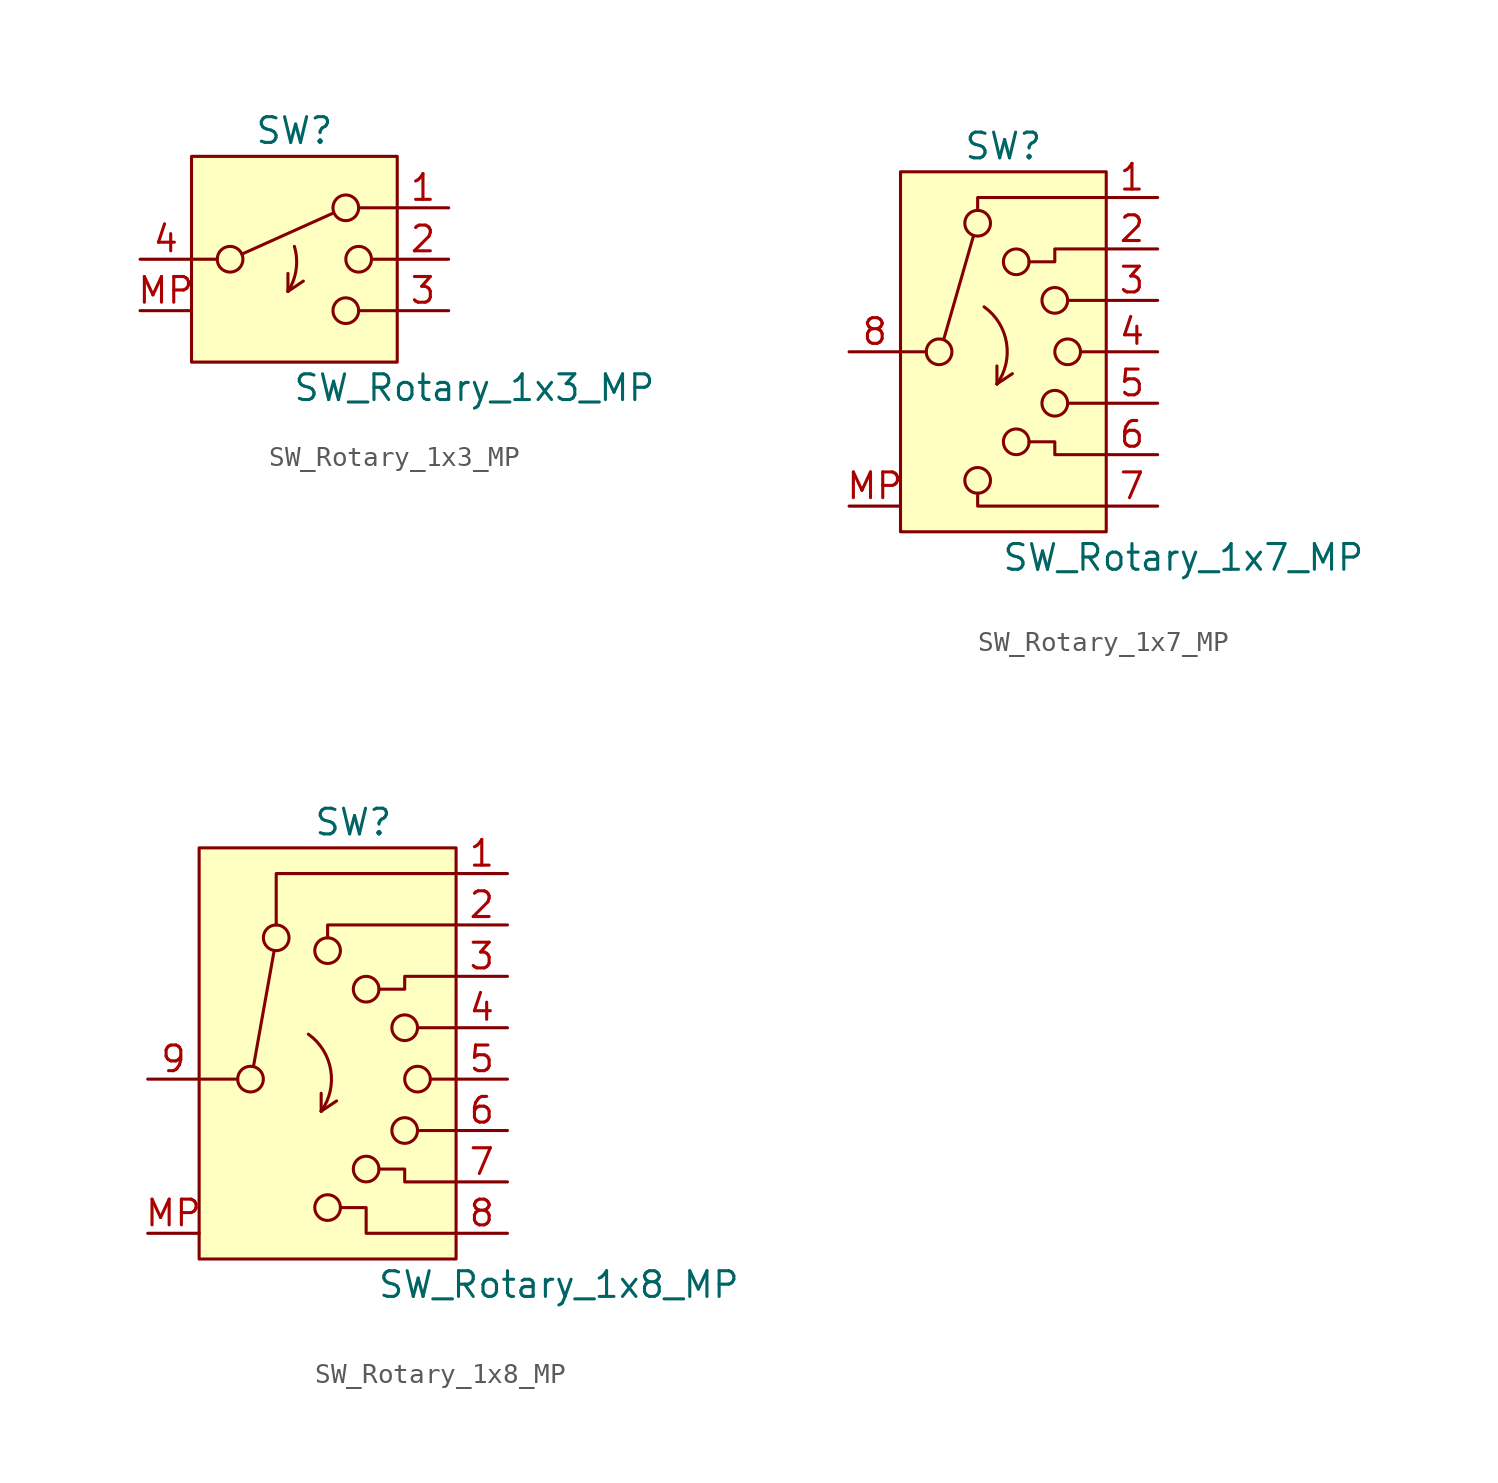
<source format=kicad_sym>
(kicad_symbol_lib
  (version 20231120)
  (generator "kicad_symbol_editor")
  (generator_version "8.0")
  (symbol "SW_Rotary_1x3_MP"
    (pin_names hide)
    (property "Reference" "SW"
      (at 0 6.35 0)
      (effects (font (size 1.27 1.27))))
    (property "Value" "SW_Rotary_1x3_MP"
      (at 8.89 -6.35 0)
      (effects (font (size 1.27 1.27))))
    (symbol "SW_Rotary_1x3_MP_0_1"
      (circle (center -3.175 0) (radius 0.635) (stroke (width 0) (type default)) (fill (type none)))
      (arc (start -0.3176 -1.5875) (mid 0.0861 -0.5113) (end 0 0.635) (stroke (width 0) (type default)) (fill (type none)))
      (polyline (pts (xy -5.08 0) (xy -3.81 0)) (stroke (width 0) (type default)) (fill (type none)))
      (polyline (pts (xy -2.591 0.254) (xy 1.93 2.286)) (stroke (width 0) (type default)) (fill (type none)))
      (polyline (pts (xy -0.318 -1.587) (xy -0.318 -1.587)) (stroke (width 0) (type default)) (fill (type none)))
      (polyline (pts (xy -0.318 -1.587) (xy -0.318 -0.699)) (stroke (width 0) (type default)) (fill (type none)))
      (polyline (pts (xy -0.318 -1.587) (xy 0.444 -1.079)) (stroke (width 0) (type default)) (fill (type none)))
      (polyline (pts (xy 5.08 -2.54) (xy 3.175 -2.54)) (stroke (width 0) (type default)) (fill (type none)))
      (polyline (pts (xy 5.08 0) (xy 3.81 0)) (stroke (width 0) (type default)) (fill (type none)))
      (polyline (pts (xy 5.08 2.54) (xy 3.175 2.54)) (stroke (width 0) (type default)) (fill (type none)))
      (circle (center 2.54 -2.54) (radius 0.635) (stroke (width 0) (type default)) (fill (type none)))
      (circle (center 2.54 2.54) (radius 0.635) (stroke (width 0) (type default)) (fill (type none)))
      (circle (center 3.175 0) (radius 0.635) (stroke (width 0) (type default)) (fill (type none))))
    (symbol "SW_Rotary_1x3_MP_1_1"
      (rectangle (start -5.08 5.08) (end 5.08 -5.08) (stroke (width 0) (type default)) (fill (type background)))
      (pin passive line (at 7.62 2.54 180) (length 2.54) (name "" (effects (font (size 1.27 1.27)))) (number "1" (effects (font (size 1.27 1.27)))))
      (pin passive line (at 7.62 0 180) (length 2.54) (name "" (effects (font (size 1.27 1.27)))) (number "2" (effects (font (size 1.27 1.27)))))
      (pin passive line (at 7.62 -2.54 180) (length 2.54) (name "" (effects (font (size 1.27 1.27)))) (number "3" (effects (font (size 1.27 1.27)))))
      (pin passive line (at -7.62 0 0) (length 2.54) (name "" (effects (font (size 1.27 1.27)))) (number "4" (effects (font (size 1.27 1.27)))))
      (pin passive line (at -7.62 -2.54 0) (length 2.54) (name "" (effects (font (size 1.27 1.27)))) (number "MP" (effects (font (size 1.27 1.27)))))))
  (symbol "SW_Rotary_1x7_MP"
    (pin_names
      (offset 0.002) hide)
    (property "Reference" "SW"
      (at 0 10.16 0)
      (effects (font (size 1.27 1.27))))
    (property "Value" "SW_Rotary_1x7_MP"
      (at 8.89 -10.16 0)
      (effects (font (size 1.27 1.27))))
    (symbol "SW_Rotary_1x7_MP_0_1"
      (circle (center -3.175 0) (radius 0.635) (stroke (width 0) (type default)) (fill (type none)))
      (circle (center -1.27 -6.35) (radius 0.635) (stroke (width 0) (type default)) (fill (type none)))
      (circle (center -1.27 6.35) (radius 0.635) (stroke (width 0) (type default)) (fill (type none)))
      (arc (start -0.3176 -1.5875) (mid 0.154 0.449) (end -0.9526 2.2225) (stroke (width 0) (type default)) (fill (type none)))
      (polyline (pts (xy -5.08 0) (xy -3.81 0)) (stroke (width 0) (type default)) (fill (type none)))
      (polyline (pts (xy -2.946 0.61) (xy -1.473 5.74)) (stroke (width 0) (type default)) (fill (type none)))
      (polyline (pts (xy -0.318 -1.587) (xy -0.318 -1.587)) (stroke (width 0) (type default)) (fill (type none)))
      (polyline (pts (xy -0.318 -1.587) (xy -0.318 -0.699)) (stroke (width 0) (type default)) (fill (type none)))
      (polyline (pts (xy -0.318 -1.587) (xy 0.444 -1.079)) (stroke (width 0) (type default)) (fill (type none)))
      (polyline (pts (xy 5.08 -2.54) (xy 3.175 -2.54)) (stroke (width 0) (type default)) (fill (type none)))
      (polyline (pts (xy 5.08 0) (xy 3.81 0)) (stroke (width 0) (type default)) (fill (type none)))
      (polyline (pts (xy 5.08 2.54) (xy 3.175 2.54)) (stroke (width 0) (type default)) (fill (type none)))
      (polyline (pts (xy 5.08 -7.62) (xy -1.27 -7.62) (xy -1.27 -7.62) (xy -1.27 -6.985)) (stroke (width 0) (type default)) (fill (type none)))
      (polyline (pts (xy 5.08 -5.08) (xy 2.54 -5.08) (xy 2.54 -4.445) (xy 1.27 -4.445)) (stroke (width 0) (type default)) (fill (type none)))
      (polyline (pts (xy 5.08 5.08) (xy 2.54 5.08) (xy 2.54 4.445) (xy 1.27 4.445)) (stroke (width 0) (type default)) (fill (type none)))
      (polyline (pts (xy 5.08 7.62) (xy -1.27 7.62) (xy -1.27 7.62) (xy -1.27 6.985)) (stroke (width 0) (type default)) (fill (type none)))
      (circle (center 0.635 -4.445) (radius 0.635) (stroke (width 0) (type default)) (fill (type none)))
      (circle (center 0.635 4.445) (radius 0.635) (stroke (width 0) (type default)) (fill (type none)))
      (circle (center 2.54 -2.54) (radius 0.635) (stroke (width 0) (type default)) (fill (type none)))
      (circle (center 2.54 2.54) (radius 0.635) (stroke (width 0) (type default)) (fill (type none)))
      (circle (center 3.175 0) (radius 0.635) (stroke (width 0) (type default)) (fill (type none))))
    (symbol "SW_Rotary_1x7_MP_1_1"
      (polyline (pts (xy -5.08 8.89) (xy 5.08 8.89) (xy 5.08 -8.89) (xy -5.08 -8.89) (xy -5.08 8.89) (xy -5.08 8.89)) (stroke (width 0) (type default)) (fill (type background)))
      (pin passive line (at 7.62 7.62 180) (length 2.54) (name "" (effects (font (size 1.27 1.27)))) (number "1" (effects (font (size 1.27 1.27)))))
      (pin passive line (at 7.62 5.08 180) (length 2.54) (name "" (effects (font (size 1.27 1.27)))) (number "2" (effects (font (size 1.27 1.27)))))
      (pin passive line (at 7.62 2.54 180) (length 2.54) (name "" (effects (font (size 1.27 1.27)))) (number "3" (effects (font (size 1.27 1.27)))))
      (pin passive line (at 7.62 0 180) (length 2.54) (name "" (effects (font (size 1.27 1.27)))) (number "4" (effects (font (size 1.27 1.27)))))
      (pin passive line (at 7.62 -2.54 180) (length 2.54) (name "" (effects (font (size 1.27 1.27)))) (number "5" (effects (font (size 1.27 1.27)))))
      (pin passive line (at 7.62 -5.08 180) (length 2.54) (name "" (effects (font (size 1.27 1.27)))) (number "6" (effects (font (size 1.27 1.27)))))
      (pin passive line (at 7.62 -7.62 180) (length 2.54) (name "" (effects (font (size 1.27 1.27)))) (number "7" (effects (font (size 1.27 1.27)))))
      (pin passive line (at -7.62 0 0) (length 2.54) (name "" (effects (font (size 1.27 1.27)))) (number "8" (effects (font (size 1.27 1.27)))))
      (pin passive line (at -7.62 -7.62 0) (length 2.54) (name "" (effects (font (size 1.27 1.27)))) (number "MP" (effects (font (size 1.27 1.27)))))))
  (symbol "SW_Rotary_1x8_MP"
    (pin_names hide)
    (property "Reference" "SW"
      (at 0 12.7 0)
      (effects (font (size 1.27 1.27))))
    (property "Value" "SW_Rotary_1x8_MP"
      (at 10.16 -10.16 0)
      (effects (font (size 1.27 1.27))))
    (symbol "SW_Rotary_1x8_MP_0_1"
      (circle (center -5.08 0) (radius 0.635) (stroke (width 0) (type default)) (fill (type none)))
      (circle (center -3.81 6.985) (radius 0.635) (stroke (width 0) (type default)) (fill (type none)))
      (arc (start -1.5876 -1.5875) (mid -1.116 0.449) (end -2.2226 2.2225) (stroke (width 0) (type default)) (fill (type none)))
      (circle (center -1.27 -6.35) (radius 0.635) (stroke (width 0) (type default)) (fill (type none)))
      (circle (center -1.27 6.35) (radius 0.635) (stroke (width 0) (type default)) (fill (type none)))
      (polyline (pts (xy -7.62 0) (xy -5.715 0)) (stroke (width 0) (type default)) (fill (type none)))
      (polyline (pts (xy -4.928 0.66) (xy -3.912 6.35)) (stroke (width 0) (type default)) (fill (type none)))
      (polyline (pts (xy -1.588 -1.587) (xy -1.588 -1.587)) (stroke (width 0) (type default)) (fill (type none)))
      (polyline (pts (xy -1.588 -1.587) (xy -1.588 -0.699)) (stroke (width 0) (type default)) (fill (type none)))
      (polyline (pts (xy -1.588 -1.587) (xy -0.826 -1.079)) (stroke (width 0) (type default)) (fill (type none)))
      (polyline (pts (xy 5.08 -2.54) (xy 3.175 -2.54)) (stroke (width 0) (type default)) (fill (type none)))
      (polyline (pts (xy 5.08 0) (xy 3.81 0)) (stroke (width 0) (type default)) (fill (type none)))
      (polyline (pts (xy 5.08 2.54) (xy 3.175 2.54)) (stroke (width 0) (type default)) (fill (type none)))
      (polyline (pts (xy 5.08 -7.62) (xy 0.635 -7.62) (xy 0.635 -6.35) (xy -0.635 -6.35)) (stroke (width 0) (type default)) (fill (type none)))
      (polyline (pts (xy 5.08 -5.08) (xy 2.54 -5.08) (xy 2.54 -4.445) (xy 1.27 -4.445)) (stroke (width 0) (type default)) (fill (type none)))
      (polyline (pts (xy 5.08 5.08) (xy 2.54 5.08) (xy 2.54 4.445) (xy 1.27 4.445)) (stroke (width 0) (type default)) (fill (type none)))
      (polyline (pts (xy 5.08 7.62) (xy -1.27 7.62) (xy -1.27 7.62) (xy -1.27 6.985)) (stroke (width 0) (type default)) (fill (type none)))
      (circle (center 0.635 -4.445) (radius 0.635) (stroke (width 0) (type default)) (fill (type none)))
      (circle (center 0.635 4.445) (radius 0.635) (stroke (width 0) (type default)) (fill (type none)))
      (circle (center 2.54 -2.54) (radius 0.635) (stroke (width 0) (type default)) (fill (type none)))
      (circle (center 2.54 2.54) (radius 0.635) (stroke (width 0) (type default)) (fill (type none)))
      (circle (center 3.175 0) (radius 0.635) (stroke (width 0) (type default)) (fill (type none))))
    (symbol "SW_Rotary_1x8_MP_1_1"
      (polyline (pts (xy 5.08 10.16) (xy -3.81 10.16) (xy -3.81 7.62)) (stroke (width 0) (type default)) (fill (type none)))
      (polyline (pts (xy -7.62 11.43) (xy 5.08 11.43) (xy 5.08 -8.89) (xy -7.62 -8.89) (xy -7.62 11.43) (xy -7.62 11.43)) (stroke (width 0) (type default)) (fill (type background)))
      (pin passive line (at 7.62 10.16 180) (length 2.54) (name "" (effects (font (size 1.27 1.27)))) (number "1" (effects (font (size 1.27 1.27)))))
      (pin passive line (at 7.62 7.62 180) (length 2.54) (name "" (effects (font (size 1.27 1.27)))) (number "2" (effects (font (size 1.27 1.27)))))
      (pin passive line (at 7.62 5.08 180) (length 2.54) (name "" (effects (font (size 1.27 1.27)))) (number "3" (effects (font (size 1.27 1.27)))))
      (pin passive line (at 7.62 2.54 180) (length 2.54) (name "" (effects (font (size 1.27 1.27)))) (number "4" (effects (font (size 1.27 1.27)))))
      (pin passive line (at 7.62 0 180) (length 2.54) (name "" (effects (font (size 1.27 1.27)))) (number "5" (effects (font (size 1.27 1.27)))))
      (pin passive line (at 7.62 -2.54 180) (length 2.54) (name "" (effects (font (size 1.27 1.27)))) (number "6" (effects (font (size 1.27 1.27)))))
      (pin passive line (at 7.62 -5.08 180) (length 2.54) (name "" (effects (font (size 1.27 1.27)))) (number "7" (effects (font (size 1.27 1.27)))))
      (pin passive line (at 7.62 -7.62 180) (length 2.54) (name "" (effects (font (size 1.27 1.27)))) (number "8" (effects (font (size 1.27 1.27)))))
      (pin passive line (at -10.16 0 0) (length 2.54) (name "" (effects (font (size 1.27 1.27)))) (number "9" (effects (font (size 1.27 1.27)))))
      (pin passive line (at -10.16 -7.62 0) (length 2.54) (name "" (effects (font (size 1.27 1.27)))) (number "MP" (effects (font (size 1.27 1.27))))))))
</source>
